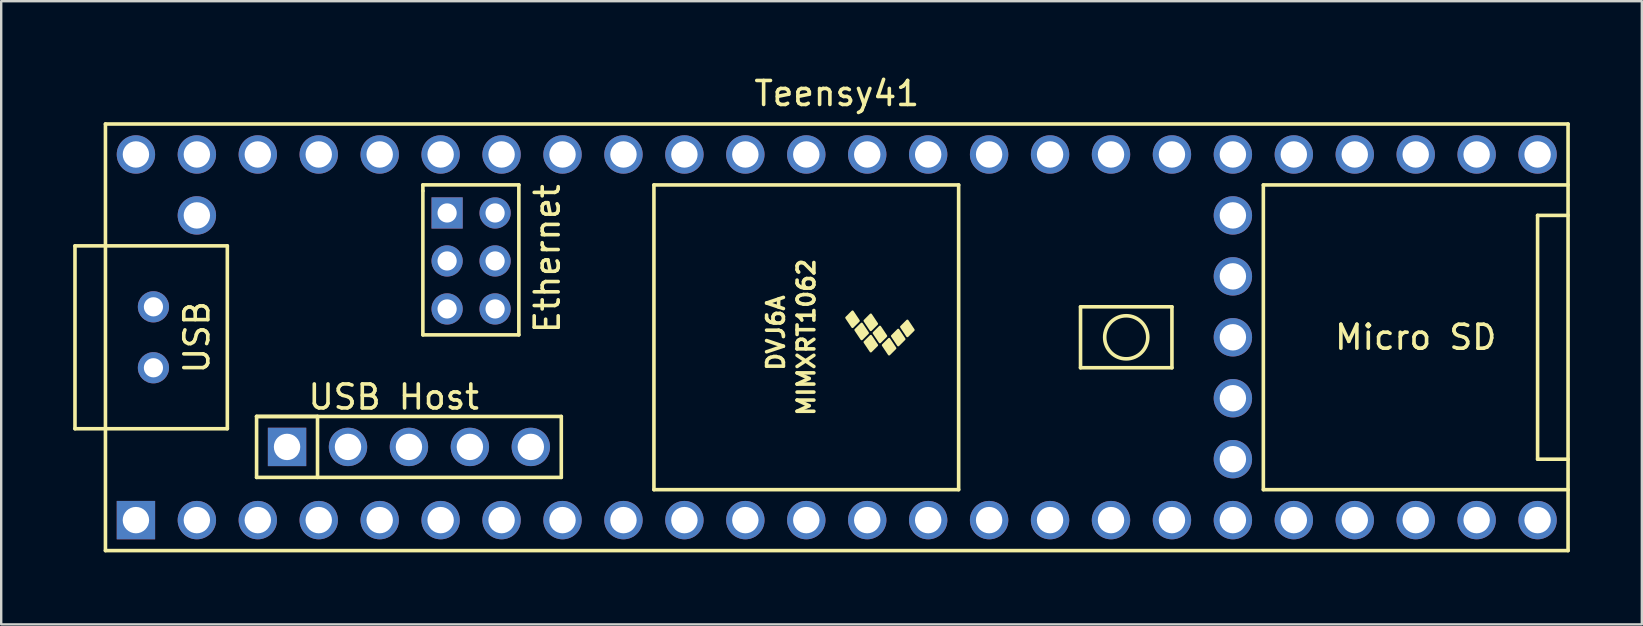
<source format=kicad_pcb>
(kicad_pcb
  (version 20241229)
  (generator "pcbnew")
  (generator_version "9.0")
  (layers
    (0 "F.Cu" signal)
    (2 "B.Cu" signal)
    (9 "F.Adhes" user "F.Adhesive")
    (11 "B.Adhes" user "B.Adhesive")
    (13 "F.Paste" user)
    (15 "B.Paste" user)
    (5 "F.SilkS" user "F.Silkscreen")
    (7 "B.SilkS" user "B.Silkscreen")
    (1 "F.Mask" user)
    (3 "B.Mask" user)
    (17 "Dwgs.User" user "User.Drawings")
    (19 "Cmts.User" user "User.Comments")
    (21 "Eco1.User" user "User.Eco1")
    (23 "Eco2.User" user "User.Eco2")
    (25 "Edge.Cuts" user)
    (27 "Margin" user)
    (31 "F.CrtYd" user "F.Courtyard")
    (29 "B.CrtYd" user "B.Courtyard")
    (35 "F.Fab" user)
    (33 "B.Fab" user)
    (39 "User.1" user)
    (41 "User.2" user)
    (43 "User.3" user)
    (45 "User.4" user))
  (footprint "Teensy41"
    (layer "F.Cu")
    (at 31.825 11.008)
    (property "Reference" "Teensy41" (at 0 -10.16 0) (layer "F.SilkS") (effects (font (size 1 1) (thickness 0.15))))
    (attr through_hole)
    (fp_line (start -31.75 -3.81) (end -30.48 -3.81) (stroke (width 0.15) (type solid)) (layer "F.SilkS"))
    (fp_line (start -31.75 3.81) (end -31.75 -3.81) (stroke (width 0.15) (type solid)) (layer "F.SilkS"))
    (fp_line (start -30.48 -8.89) (end 30.48 -8.89) (stroke (width 0.15) (type solid)) (layer "F.SilkS"))
    (fp_line (start -30.48 3.81) (end -31.75 3.81) (stroke (width 0.15) (type solid)) (layer "F.SilkS"))
    (fp_line (start -30.48 8.89) (end -30.48 -8.89) (stroke (width 0.15) (type solid)) (layer "F.SilkS"))
    (fp_line (start -25.4 -3.81) (end -30.48 -3.81) (stroke (width 0.15) (type solid)) (layer "F.SilkS"))
    (fp_line (start -25.4 3.81) (end -30.48 3.81) (stroke (width 0.15) (type solid)) (layer "F.SilkS"))
    (fp_line (start -25.4 3.81) (end -25.4 -3.81) (stroke (width 0.15) (type solid)) (layer "F.SilkS"))
    (fp_line (start -24.181 3.299) (end -21.641 3.299) (stroke (width 0.15) (type solid)) (layer "F.SilkS"))
    (fp_line (start -24.181 3.299) (end -11.481 3.299) (stroke (width 0.15) (type solid)) (layer "F.SilkS"))
    (fp_line (start -24.181 5.839) (end -24.181 3.299) (stroke (width 0.15) (type solid)) (layer "F.SilkS"))
    (fp_line (start -21.641 3.299) (end -21.641 5.839) (stroke (width 0.15) (type solid)) (layer "F.SilkS"))
    (fp_line (start -17.25 -6.352) (end -17.25 -6.102) (stroke (width 0.15) (type solid)) (layer "F.SilkS"))
    (fp_line (start -17.25 -6.102) (end -17.25 -0.102) (stroke (width 0.15) (type solid)) (layer "F.SilkS"))
    (fp_line (start -17.25 -0.102) (end -13.25 -0.102) (stroke (width 0.15) (type solid)) (layer "F.SilkS"))
    (fp_line (start -13.25 -6.352) (end -17.25 -6.352) (stroke (width 0.15) (type solid)) (layer "F.SilkS"))
    (fp_line (start -13.25 -0.102) (end -13.25 -6.352) (stroke (width 0.15) (type solid)) (layer "F.SilkS"))
    (fp_line (start -11.481 3.299) (end -11.481 5.839) (stroke (width 0.15) (type solid)) (layer "F.SilkS"))
    (fp_line (start -11.481 5.839) (end -24.181 5.839) (stroke (width 0.15) (type solid)) (layer "F.SilkS"))
    (fp_line (start -7.62 -6.35) (end -7.62 6.35) (stroke (width 0.15) (type solid)) (layer "F.SilkS"))
    (fp_line (start -7.62 6.35) (end 5.08 6.35) (stroke (width 0.15) (type solid)) (layer "F.SilkS"))
    (fp_line (start 5.08 -6.35) (end -7.62 -6.35) (stroke (width 0.15) (type solid)) (layer "F.SilkS"))
    (fp_line (start 5.08 6.35) (end 5.08 -6.35) (stroke (width 0.15) (type solid)) (layer "F.SilkS"))
    (fp_line (start 10.16 -1.27) (end 13.97 -1.27) (stroke (width 0.15) (type solid)) (layer "F.SilkS"))
    (fp_line (start 10.16 1.27) (end 10.16 -1.27) (stroke (width 0.15) (type solid)) (layer "F.SilkS"))
    (fp_line (start 13.97 -1.27) (end 13.97 1.27) (stroke (width 0.15) (type solid)) (layer "F.SilkS"))
    (fp_line (start 13.97 1.27) (end 10.16 1.27) (stroke (width 0.15) (type solid)) (layer "F.SilkS"))
    (fp_line (start 17.78 -6.35) (end 17.78 6.35) (stroke (width 0.15) (type solid)) (layer "F.SilkS"))
    (fp_line (start 17.78 6.35) (end 30.48 6.35) (stroke (width 0.15) (type solid)) (layer "F.SilkS"))
    (fp_line (start 29.21 -5.08) (end 29.21 5.08) (stroke (width 0.15) (type solid)) (layer "F.SilkS"))
    (fp_line (start 29.21 5.08) (end 30.48 5.08) (stroke (width 0.15) (type solid)) (layer "F.SilkS"))
    (fp_line (start 30.48 -8.89) (end 30.48 8.89) (stroke (width 0.15) (type solid)) (layer "F.SilkS"))
    (fp_line (start 30.48 -6.35) (end 17.78 -6.35) (stroke (width 0.15) (type solid)) (layer "F.SilkS"))
    (fp_line (start 30.48 -5.08) (end 29.21 -5.08) (stroke (width 0.15) (type solid)) (layer "F.SilkS"))
    (fp_line (start 30.48 8.89) (end -30.48 8.89) (stroke (width 0.15) (type solid)) (layer "F.SilkS"))
    (fp_circle (center 12.065 0) (end 12.7 -0.635) (stroke (width 0.15) (type solid)) (fill no) (layer "F.SilkS"))
    (fp_poly (pts (xy 0.911 -0.688) (xy 0.657 -0.434) (xy 0.403 -0.815) (xy 0.657 -1.069)) (stroke (width 0.1) (type solid)) (fill yes) (layer "F.SilkS"))
    (fp_poly (pts (xy 1.292 -0.18) (xy 1.038 0.074) (xy 0.784 -0.307) (xy 1.038 -0.561)) (stroke (width 0.1) (type solid)) (fill yes) (layer "F.SilkS"))
    (fp_poly (pts (xy 1.673 -0.561) (xy 1.419 -0.307) (xy 1.165 -0.688) (xy 1.419 -0.942)) (stroke (width 0.1) (type solid)) (fill yes) (layer "F.SilkS"))
    (fp_poly (pts (xy 1.673 0.328) (xy 1.419 0.582) (xy 1.165 0.201) (xy 1.419 -0.053)) (stroke (width 0.1) (type solid)) (fill yes) (layer "F.SilkS"))
    (fp_poly (pts (xy 2.054 -0.053) (xy 1.8 0.201) (xy 1.546 -0.18) (xy 1.8 -0.434)) (stroke (width 0.1) (type solid)) (fill yes) (layer "F.SilkS"))
    (fp_poly (pts (xy 2.435 0.455) (xy 2.181 0.709) (xy 1.927 0.328) (xy 2.181 0.074)) (stroke (width 0.1) (type solid)) (fill yes) (layer "F.SilkS"))
    (fp_poly (pts (xy 2.816 0.074) (xy 2.562 0.328) (xy 2.308 -0.053) (xy 2.562 -0.307)) (stroke (width 0.1) (type solid)) (fill yes) (layer "F.SilkS"))
    (fp_poly (pts (xy 3.197 -0.307) (xy 2.943 -0.053) (xy 2.689 -0.434) (xy 2.943 -0.688)) (stroke (width 0.1) (type solid)) (fill yes) (layer "F.SilkS"))
    (fp_text user "USB" (at -26.67 0 270) (layer "F.SilkS") (effects (font (size 1 1) (thickness 0.15))))
    (fp_text user "DVJ6A" (at -2.54 -0.18 270) (layer "F.SilkS") (effects (font (size 0.7 0.7) (thickness 0.15))))
    (fp_text user "MIMXRT1062" (at -1.27 0 270) (layer "F.SilkS") (effects (font (size 0.7 0.7) (thickness 0.15))))
    (fp_text user "Ethernet" (at -12.065 -3.277 90) (layer "F.SilkS") (effects (font (size 1 1) (thickness 0.15))))
    (fp_text user "USB Host" (at -18.466 2.489 0) (layer "F.SilkS") (effects (font (size 1 1) (thickness 0.15))))
    (fp_text user "Micro SD" (at 24.13 0 0) (layer "F.SilkS") (effects (font (size 1 1) (thickness 0.15))))
    (pad "1" thru_hole rect (at -29.21 7.62) (size 1.6 1.6) (drill 1.1) (layers "*.Cu" "*.Mask"))
    (pad "2" thru_hole circle (at -26.67 7.62) (size 1.6 1.6) (drill 1.1) (layers "*.Cu" "*.Mask"))
    (pad "3" thru_hole circle (at -24.13 7.62) (size 1.6 1.6) (drill 1.1) (layers "*.Cu" "*.Mask"))
    (pad "4" thru_hole circle (at -21.59 7.62) (size 1.6 1.6) (drill 1.1) (layers "*.Cu" "*.Mask"))
    (pad "5" thru_hole circle (at -19.05 7.62) (size 1.6 1.6) (drill 1.1) (layers "*.Cu" "*.Mask"))
    (pad "6" thru_hole circle (at -16.51 7.62) (size 1.6 1.6) (drill 1.1) (layers "*.Cu" "*.Mask"))
    (pad "7" thru_hole circle (at -13.97 7.62) (size 1.6 1.6) (drill 1.1) (layers "*.Cu" "*.Mask"))
    (pad "8" thru_hole circle (at -11.43 7.62) (size 1.6 1.6) (drill 1.1) (layers "*.Cu" "*.Mask"))
    (pad "9" thru_hole circle (at -8.89 7.62) (size 1.6 1.6) (drill 1.1) (layers "*.Cu" "*.Mask"))
    (pad "10" thru_hole circle (at -6.35 7.62) (size 1.6 1.6) (drill 1.1) (layers "*.Cu" "*.Mask"))
    (pad "11" thru_hole circle (at -3.81 7.62) (size 1.6 1.6) (drill 1.1) (layers "*.Cu" "*.Mask"))
    (pad "12" thru_hole circle (at -1.27 7.62) (size 1.6 1.6) (drill 1.1) (layers "*.Cu" "*.Mask"))
    (pad "13" thru_hole circle (at 1.27 7.62) (size 1.6 1.6) (drill 1.1) (layers "*.Cu" "*.Mask"))
    (pad "14" thru_hole circle (at 3.81 7.62) (size 1.6 1.6) (drill 1.1) (layers "*.Cu" "*.Mask"))
    (pad "15" thru_hole circle (at 6.35 7.62) (size 1.6 1.6) (drill 1.1) (layers "*.Cu" "*.Mask"))
    (pad "16" thru_hole circle (at 8.89 7.62) (size 1.6 1.6) (drill 1.1) (layers "*.Cu" "*.Mask"))
    (pad "17" thru_hole circle (at 11.43 7.62) (size 1.6 1.6) (drill 1.1) (layers "*.Cu" "*.Mask"))
    (pad "18" thru_hole circle (at 13.97 7.62) (size 1.6 1.6) (drill 1.1) (layers "*.Cu" "*.Mask"))
    (pad "19" thru_hole circle (at 16.51 7.62) (size 1.6 1.6) (drill 1.1) (layers "*.Cu" "*.Mask"))
    (pad "20" thru_hole circle (at 19.05 7.62) (size 1.6 1.6) (drill 1.1) (layers "*.Cu" "*.Mask"))
    (pad "21" thru_hole circle (at 21.59 7.62) (size 1.6 1.6) (drill 1.1) (layers "*.Cu" "*.Mask"))
    (pad "22" thru_hole circle (at 24.13 7.62) (size 1.6 1.6) (drill 1.1) (layers "*.Cu" "*.Mask"))
    (pad "23" thru_hole circle (at 26.67 7.62) (size 1.6 1.6) (drill 1.1) (layers "*.Cu" "*.Mask"))
    (pad "24" thru_hole circle (at 29.21 7.62) (size 1.6 1.6) (drill 1.1) (layers "*.Cu" "*.Mask"))
    (pad "25" thru_hole circle (at 29.21 -7.62) (size 1.6 1.6) (drill 1.1) (layers "*.Cu" "*.Mask"))
    (pad "26" thru_hole circle (at 26.67 -7.62) (size 1.6 1.6) (drill 1.1) (layers "*.Cu" "*.Mask"))
    (pad "27" thru_hole circle (at 24.13 -7.62) (size 1.6 1.6) (drill 1.1) (layers "*.Cu" "*.Mask"))
    (pad "28" thru_hole circle (at 21.59 -7.62) (size 1.6 1.6) (drill 1.1) (layers "*.Cu" "*.Mask"))
    (pad "29" thru_hole circle (at 19.05 -7.62) (size 1.6 1.6) (drill 1.1) (layers "*.Cu" "*.Mask"))
    (pad "30" thru_hole circle (at 16.51 -7.62) (size 1.6 1.6) (drill 1.1) (layers "*.Cu" "*.Mask"))
    (pad "31" thru_hole circle (at 13.97 -7.62) (size 1.6 1.6) (drill 1.1) (layers "*.Cu" "*.Mask"))
    (pad "32" thru_hole circle (at 11.43 -7.62) (size 1.6 1.6) (drill 1.1) (layers "*.Cu" "*.Mask"))
    (pad "33" thru_hole circle (at 8.89 -7.62) (size 1.6 1.6) (drill 1.1) (layers "*.Cu" "*.Mask"))
    (pad "34" thru_hole circle (at 6.35 -7.62) (size 1.6 1.6) (drill 1.1) (layers "*.Cu" "*.Mask"))
    (pad "35" thru_hole circle (at 3.81 -7.62) (size 1.6 1.6) (drill 1.1) (layers "*.Cu" "*.Mask"))
    (pad "36" thru_hole circle (at 1.27 -7.62) (size 1.6 1.6) (drill 1.1) (layers "*.Cu" "*.Mask"))
    (pad "37" thru_hole circle (at -1.27 -7.62) (size 1.6 1.6) (drill 1.1) (layers "*.Cu" "*.Mask"))
    (pad "38" thru_hole circle (at -3.81 -7.62) (size 1.6 1.6) (drill 1.1) (layers "*.Cu" "*.Mask"))
    (pad "39" thru_hole circle (at -6.35 -7.62) (size 1.6 1.6) (drill 1.1) (layers "*.Cu" "*.Mask"))
    (pad "40" thru_hole circle (at -8.89 -7.62) (size 1.6 1.6) (drill 1.1) (layers "*.Cu" "*.Mask"))
    (pad "41" thru_hole circle (at -11.43 -7.62) (size 1.6 1.6) (drill 1.1) (layers "*.Cu" "*.Mask"))
    (pad "42" thru_hole circle (at -13.97 -7.62) (size 1.6 1.6) (drill 1.1) (layers "*.Cu" "*.Mask"))
    (pad "43" thru_hole circle (at -16.51 -7.62) (size 1.6 1.6) (drill 1.1) (layers "*.Cu" "*.Mask"))
    (pad "44" thru_hole circle (at -19.05 -7.62) (size 1.6 1.6) (drill 1.1) (layers "*.Cu" "*.Mask"))
    (pad "45" thru_hole circle (at -21.59 -7.62) (size 1.6 1.6) (drill 1.1) (layers "*.Cu" "*.Mask"))
    (pad "46" thru_hole circle (at -24.13 -7.62) (size 1.6 1.6) (drill 1.1) (layers "*.Cu" "*.Mask"))
    (pad "47" thru_hole circle (at -26.67 -7.62) (size 1.6 1.6) (drill 1.1) (layers "*.Cu" "*.Mask"))
    (pad "48" thru_hole circle (at -29.21 -7.62) (size 1.6 1.6) (drill 1.1) (layers "*.Cu" "*.Mask"))
    (pad "49" thru_hole circle (at -26.67 -5.08) (size 1.6 1.6) (drill 1.1) (layers "*.Cu" "*.Mask"))
    (pad "50" thru_hole circle (at 16.51 5.08) (size 1.6 1.6) (drill 1.1) (layers "*.Cu" "*.Mask"))
    (pad "51" thru_hole circle (at 16.51 2.54) (size 1.6 1.6) (drill 1.1) (layers "*.Cu" "*.Mask"))
    (pad "52" thru_hole circle (at 16.51 0) (size 1.6 1.6) (drill 1.1) (layers "*.Cu" "*.Mask"))
    (pad "53" thru_hole circle (at 16.51 -2.54) (size 1.6 1.6) (drill 1.1) (layers "*.Cu" "*.Mask"))
    (pad "54" thru_hole circle (at 16.51 -5.08) (size 1.6 1.6) (drill 1.1) (layers "*.Cu" "*.Mask"))
    (pad "55" thru_hole rect (at -22.911 4.569) (size 1.6 1.6) (drill 1.1) (layers "*.Cu" "*.Mask"))
    (pad "56" thru_hole circle (at -20.371 4.569) (size 1.6 1.6) (drill 1.1) (layers "*.Cu" "*.Mask"))
    (pad "57" thru_hole circle (at -17.831 4.569) (size 1.6 1.6) (drill 1.1) (layers "*.Cu" "*.Mask"))
    (pad "58" thru_hole circle (at -15.291 4.569) (size 1.6 1.6) (drill 1.1) (layers "*.Cu" "*.Mask"))
    (pad "59" thru_hole circle (at -12.751 4.569) (size 1.6 1.6) (drill 1.1) (layers "*.Cu" "*.Mask"))
    (pad "60" thru_hole rect (at -16.24 -5.182) (size 1.3 1.3) (drill 0.8) (layers "*.Cu" "*.Mask"))
    (pad "61" thru_hole circle (at -16.24 -3.182) (size 1.3 1.3) (drill 0.8) (layers "*.Cu" "*.Mask"))
    (pad "62" thru_hole circle (at -16.24 -1.182) (size 1.3 1.3) (drill 0.8) (layers "*.Cu" "*.Mask"))
    (pad "63" thru_hole circle (at -14.24 -1.182) (size 1.3 1.3) (drill 0.8) (layers "*.Cu" "*.Mask"))
    (pad "64" thru_hole circle (at -14.24 -3.182) (size 1.3 1.3) (drill 0.8) (layers "*.Cu" "*.Mask"))
    (pad "65" thru_hole circle (at -14.24 -5.182) (size 1.3 1.3) (drill 0.8) (layers "*.Cu" "*.Mask"))
    (pad "66" thru_hole circle (at -28.48 -1.27) (size 1.3 1.3) (drill 0.8) (layers "*.Cu" "*.Mask"))
    (pad "67" thru_hole circle (at -28.48 1.27) (size 1.3 1.3) (drill 0.8) (layers "*.Cu" "*.Mask")))
  (gr_rect
    (start -3 -3)
    (end 65.38 22.973)
    (stroke (width 0.1) (type default))
    (fill no)
    (layer "Edge.Cuts")))
</source>
